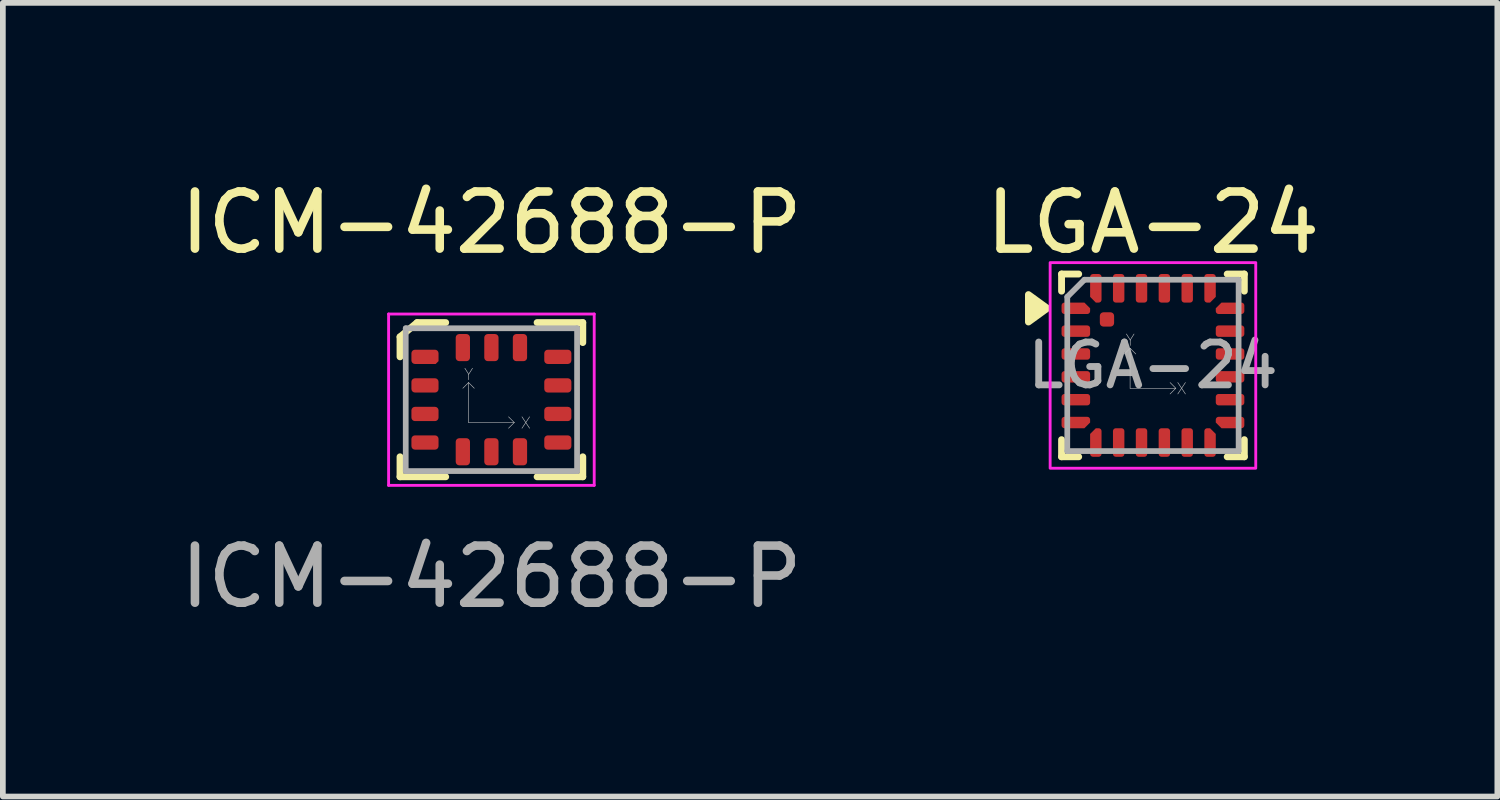
<source format=kicad_pcb>
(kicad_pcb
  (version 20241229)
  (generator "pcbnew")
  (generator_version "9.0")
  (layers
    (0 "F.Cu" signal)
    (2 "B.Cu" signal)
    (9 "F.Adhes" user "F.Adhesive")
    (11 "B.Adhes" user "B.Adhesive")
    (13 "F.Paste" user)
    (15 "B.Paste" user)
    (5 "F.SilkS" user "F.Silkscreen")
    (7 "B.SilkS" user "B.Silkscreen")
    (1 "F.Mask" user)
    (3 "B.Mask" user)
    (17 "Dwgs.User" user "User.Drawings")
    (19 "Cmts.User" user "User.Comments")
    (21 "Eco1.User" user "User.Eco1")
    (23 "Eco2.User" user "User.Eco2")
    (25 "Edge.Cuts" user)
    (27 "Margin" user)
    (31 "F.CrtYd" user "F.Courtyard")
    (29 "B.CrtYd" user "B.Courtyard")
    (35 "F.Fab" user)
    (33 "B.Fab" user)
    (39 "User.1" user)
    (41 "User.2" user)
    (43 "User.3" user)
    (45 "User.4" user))
  (footprint "LGA-24"
    (layer "F.Cu")
    (at 17.137 3.348)
    (property "Reference" "LGA-24" (at 0 -2.5 0) (unlocked yes) (layer "F.SilkS") (effects (font (size 1 1) (thickness 0.15))))
    (attr smd)
    (fp_line (start -1.6 -1.6) (end -1.3 -1.6) (stroke (width 0.12) (type default)) (layer "F.SilkS"))
    (fp_line (start -1.6 -1.3) (end -1.6 -1.6) (stroke (width 0.12) (type default)) (layer "F.SilkS"))
    (fp_line (start -1.6 1.6) (end -1.6 1.3) (stroke (width 0.12) (type default)) (layer "F.SilkS"))
    (fp_line (start -1.3 1.6) (end -1.6 1.6) (stroke (width 0.12) (type default)) (layer "F.SilkS"))
    (fp_line (start 1.3 -1.6) (end 1.6 -1.6) (stroke (width 0.12) (type default)) (layer "F.SilkS"))
    (fp_line (start 1.6 -1.6) (end 1.6 -1.3) (stroke (width 0.12) (type default)) (layer "F.SilkS"))
    (fp_line (start 1.6 1.3) (end 1.6 1.6) (stroke (width 0.12) (type default)) (layer "F.SilkS"))
    (fp_line (start 1.6 1.6) (end 1.3 1.6) (stroke (width 0.12) (type default)) (layer "F.SilkS"))
    (fp_poly (pts (xy -1.85 -1) (xy -2.18 -0.76) (xy -2.18 -1.24) (xy -1.85 -1)) (stroke (width 0.12) (type solid)) (fill yes) (layer "F.SilkS"))
    (fp_line (start -0.4 -0.3) (end -0.5 -0.2) (stroke (width 0.01) (type solid)) (layer "Dwgs.User"))
    (fp_line (start -0.4 -0.3) (end -0.4 0.4) (stroke (width 0.01) (type solid)) (layer "Dwgs.User"))
    (fp_line (start -0.4 -0.3) (end -0.3 -0.2) (stroke (width 0.01) (type solid)) (layer "Dwgs.User"))
    (fp_line (start -0.4 0.4) (end 0.4 0.4) (stroke (width 0.01) (type solid)) (layer "Dwgs.User"))
    (fp_line (start 0.4 0.4) (end 0.3 0.3) (stroke (width 0.01) (type solid)) (layer "Dwgs.User"))
    (fp_line (start 0.4 0.4) (end 0.3 0.5) (stroke (width 0.01) (type solid)) (layer "Dwgs.User"))
    (fp_rect (start -1.8 -1.8) (end 1.8 1.8) (stroke (width 0.05) (type default)) (fill no) (layer "F.CrtYd"))
    (fp_line (start -1.5 -1.2) (end -1.5 1.5) (stroke (width 0.1) (type default)) (layer "F.Fab"))
    (fp_line (start -1.5 -1.2) (end -1.2 -1.5) (stroke (width 0.1) (type default)) (layer "F.Fab"))
    (fp_line (start -1.5 1.5) (end 1.5 1.5) (stroke (width 0.1) (type default)) (layer "F.Fab"))
    (fp_line (start 1.5 -1.5) (end -1.2 -1.5) (stroke (width 0.1) (type default)) (layer "F.Fab"))
    (fp_line (start 1.5 1.5) (end 1.5 -1.5) (stroke (width 0.1) (type default)) (layer "F.Fab"))
    (fp_text user "X" (at 0.4 0.525 0) (unlocked yes) (layer "Dwgs.User") (effects (font (size 0.2 0.2) (thickness 0.01)) (justify left bottom)))
    (fp_text user "Y" (at -0.49 -0.325 0) (unlocked yes) (layer "Dwgs.User") (effects (font (size 0.2 0.2) (thickness 0.01)) (justify left bottom)))
    (fp_text user "${REFERENCE}" (at 0 0 0) (unlocked yes) (layer "F.Fab") (effects (font (size 0.75 0.75) (thickness 0.12))))
    (pad "" smd roundrect (at -0.805 -0.805 90) (size 0.25 0.25) (layers "F.Cu" "F.Mask" "F.Paste") (roundrect_rratio 0.25))
    (pad "1" smd roundrect (at -1.35 -1 90) (size 0.2 0.5) (layers "F.Cu" "F.Mask" "F.Paste") (roundrect_rratio 0.25) (chamfer_ratio 0.5) (chamfer bottom_right))
    (pad "2" smd roundrect (at -1.35 -0.6 90) (size 0.2 0.5) (layers "F.Cu" "F.Mask" "F.Paste") (roundrect_rratio 0.25))
    (pad "3" smd roundrect (at -1.35 -0.2 90) (size 0.2 0.5) (layers "F.Cu" "F.Mask" "F.Paste") (roundrect_rratio 0.25))
    (pad "4" smd roundrect (at -1.35 0.2 90) (size 0.2 0.5) (layers "F.Cu" "F.Mask" "F.Paste") (roundrect_rratio 0.25))
    (pad "5" smd roundrect (at -1.35 0.6 90) (size 0.2 0.5) (layers "F.Cu" "F.Mask" "F.Paste") (roundrect_rratio 0.25))
    (pad "6" smd roundrect (at -1.35 1 90) (size 0.2 0.5) (layers "F.Cu" "F.Mask" "F.Paste") (roundrect_rratio 0.25) (chamfer_ratio 0.5) (chamfer bottom_left))
    (pad "7" smd roundrect (at -1 1.35 180) (size 0.2 0.5) (layers "F.Cu" "F.Mask" "F.Paste") (roundrect_rratio 0.25) (chamfer_ratio 0.5) (chamfer bottom_right))
    (pad "8" smd roundrect (at -0.6 1.35 180) (size 0.2 0.5) (layers "F.Cu" "F.Mask" "F.Paste") (roundrect_rratio 0.25))
    (pad "9" smd roundrect (at -0.2 1.35 180) (size 0.2 0.5) (layers "F.Cu" "F.Mask" "F.Paste") (roundrect_rratio 0.25))
    (pad "10" smd roundrect (at 0.2 1.35 180) (size 0.2 0.5) (layers "F.Cu" "F.Mask" "F.Paste") (roundrect_rratio 0.25))
    (pad "11" smd roundrect (at 0.6 1.35 180) (size 0.2 0.5) (layers "F.Cu" "F.Mask" "F.Paste") (roundrect_rratio 0.25))
    (pad "12" smd roundrect (at 1 1.35 180) (size 0.2 0.5) (layers "F.Cu" "F.Mask" "F.Paste") (roundrect_rratio 0.25) (chamfer_ratio 0.5) (chamfer bottom_left))
    (pad "13" smd roundrect (at 1.35 1 270) (size 0.2 0.5) (layers "F.Cu" "F.Mask" "F.Paste") (roundrect_rratio 0.25) (chamfer_ratio 0.5) (chamfer bottom_right))
    (pad "14" smd roundrect (at 1.35 0.6 270) (size 0.2 0.5) (layers "F.Cu" "F.Mask" "F.Paste") (roundrect_rratio 0.25))
    (pad "15" smd roundrect (at 1.35 0.2 270) (size 0.2 0.5) (layers "F.Cu" "F.Mask" "F.Paste") (roundrect_rratio 0.25))
    (pad "16" smd roundrect (at 1.35 -0.2 270) (size 0.2 0.5) (layers "F.Cu" "F.Mask" "F.Paste") (roundrect_rratio 0.25))
    (pad "17" smd roundrect (at 1.35 -0.6 270) (size 0.2 0.5) (layers "F.Cu" "F.Mask" "F.Paste") (roundrect_rratio 0.25))
    (pad "18" smd roundrect (at 1.35 -1 270) (size 0.2 0.5) (layers "F.Cu" "F.Mask" "F.Paste") (roundrect_rratio 0.25) (chamfer_ratio 0.5) (chamfer bottom_left))
    (pad "19" smd roundrect (at 1 -1.35 180) (size 0.2 0.5) (layers "F.Cu" "F.Mask" "F.Paste") (roundrect_rratio 0.25) (chamfer_ratio 0.5) (chamfer top_left))
    (pad "20" smd roundrect (at 0.6 -1.35 180) (size 0.2 0.5) (layers "F.Cu" "F.Mask" "F.Paste") (roundrect_rratio 0.25))
    (pad "21" smd roundrect (at 0.2 -1.35 180) (size 0.2 0.5) (layers "F.Cu" "F.Mask" "F.Paste") (roundrect_rratio 0.25))
    (pad "22" smd roundrect (at -0.2 -1.35 180) (size 0.2 0.5) (layers "F.Cu" "F.Mask" "F.Paste") (roundrect_rratio 0.25))
    (pad "23" smd roundrect (at -0.6 -1.35 180) (size 0.2 0.5) (layers "F.Cu" "F.Mask" "F.Paste") (roundrect_rratio 0.25))
    (pad "24" smd roundrect (at -1 -1.35 180) (size 0.2 0.5) (layers "F.Cu" "F.Mask" "F.Paste") (roundrect_rratio 0.25) (chamfer_ratio 0.5) (chamfer top_right)))
  (footprint "ICM-42688-P"
    (layer "F.Cu")
    (at 5.554 3.948)
    (property "Reference" "ICM-42688-P" (at 0 -3.1 0) (layer "F.SilkS") (effects (font (size 1 1) (thickness 0.15))))
    (attr smd)
    (fp_line (start -1.6 -0.75) (end -1.6 -1.1) (stroke (width 0.12) (type solid)) (layer "F.SilkS"))
    (fp_line (start -1.6 1) (end -1.6 1.35) (stroke (width 0.12) (type solid)) (layer "F.SilkS"))
    (fp_line (start -1.6 1.35) (end -0.8 1.35) (stroke (width 0.12) (type solid)) (layer "F.SilkS"))
    (fp_line (start -1.3 -1.35) (end -1.6 -1.1) (stroke (width 0.12) (type solid)) (layer "F.SilkS"))
    (fp_line (start -1.3 -1.35) (end -0.8 -1.35) (stroke (width 0.12) (type solid)) (layer "F.SilkS"))
    (fp_line (start 0.8 -1.35) (end 1.6 -1.35) (stroke (width 0.12) (type solid)) (layer "F.SilkS"))
    (fp_line (start 0.8 1.35) (end 1.6 1.35) (stroke (width 0.12) (type solid)) (layer "F.SilkS"))
    (fp_line (start 1.6 -1.35) (end 1.6 -1) (stroke (width 0.12) (type solid)) (layer "F.SilkS"))
    (fp_line (start 1.6 1.35) (end 1.6 1) (stroke (width 0.12) (type solid)) (layer "F.SilkS"))
    (fp_line (start -0.4 -0.3) (end -0.5 -0.2) (stroke (width 0.01) (type solid)) (layer "Dwgs.User"))
    (fp_line (start -0.4 -0.3) (end -0.4 0.4) (stroke (width 0.01) (type solid)) (layer "Dwgs.User"))
    (fp_line (start -0.4 -0.3) (end -0.3 -0.2) (stroke (width 0.01) (type solid)) (layer "Dwgs.User"))
    (fp_line (start -0.4 0.4) (end 0.4 0.4) (stroke (width 0.01) (type solid)) (layer "Dwgs.User"))
    (fp_line (start 0.4 0.4) (end 0.3 0.3) (stroke (width 0.01) (type solid)) (layer "Dwgs.User"))
    (fp_line (start 0.4 0.4) (end 0.3 0.5) (stroke (width 0.01) (type solid)) (layer "Dwgs.User"))
    (fp_line (start -1.8 -1.5) (end 1.8 -1.5) (stroke (width 0.05) (type solid)) (layer "F.CrtYd"))
    (fp_line (start -1.8 1.5) (end -1.8 -1.5) (stroke (width 0.05) (type solid)) (layer "F.CrtYd"))
    (fp_line (start 1.8 -1.5) (end 1.8 1.5) (stroke (width 0.05) (type solid)) (layer "F.CrtYd"))
    (fp_line (start 1.8 1.5) (end -1.8 1.5) (stroke (width 0.05) (type solid)) (layer "F.CrtYd"))
    (fp_line (start -1.5 -1.25) (end 1.5 -1.25) (stroke (width 0.1) (type solid)) (layer "F.Fab"))
    (fp_line (start -1.5 1.25) (end -1.5 -1.25) (stroke (width 0.1) (type solid)) (layer "F.Fab"))
    (fp_line (start 1.5 -1.25) (end 1.5 1.25) (stroke (width 0.1) (type solid)) (layer "F.Fab"))
    (fp_line (start 1.5 1.25) (end -1.5 1.25) (stroke (width 0.1) (type solid)) (layer "F.Fab"))
    (fp_text user "X" (at 0.5 0.525 0) (unlocked yes) (layer "Dwgs.User") (effects (font (size 0.2 0.2) (thickness 0.01)) (justify left bottom)))
    (fp_text user "Y" (at -0.49 -0.325 0) (unlocked yes) (layer "Dwgs.User") (effects (font (size 0.2 0.2) (thickness 0.01)) (justify left bottom)))
    (fp_text user "${REFERENCE}" (at 0 3.1 0) (layer "F.Fab") (effects (font (size 1 1) (thickness 0.15))))
    (pad "1" smd roundrect (at -1.163 -0.75 90) (size 0.25 0.475) (layers "F.Cu" "F.Mask" "F.Paste") (roundrect_rratio 0.25) (chamfer_ratio 0.2) (chamfer bottom_left))
    (pad "2" smd roundrect (at -1.163 -0.25 90) (size 0.25 0.475) (layers "F.Cu" "F.Mask" "F.Paste") (roundrect_rratio 0.25))
    (pad "3" smd roundrect (at -1.163 0.25 90) (size 0.25 0.475) (layers "F.Cu" "F.Mask" "F.Paste") (roundrect_rratio 0.25))
    (pad "4" smd roundrect (at -1.163 0.75 90) (size 0.25 0.475) (layers "F.Cu" "F.Mask" "F.Paste") (roundrect_rratio 0.25))
    (pad "5" smd roundrect (at -0.5 0.912) (size 0.25 0.475) (layers "F.Cu" "F.Mask" "F.Paste") (roundrect_rratio 0.25))
    (pad "6" smd roundrect (at 0 0.912) (size 0.25 0.475) (layers "F.Cu" "F.Mask" "F.Paste") (roundrect_rratio 0.25))
    (pad "7" smd roundrect (at 0.5 0.912) (size 0.25 0.475) (layers "F.Cu" "F.Mask" "F.Paste") (roundrect_rratio 0.25))
    (pad "8" smd roundrect (at 1.163 0.75 90) (size 0.25 0.475) (layers "F.Cu" "F.Mask" "F.Paste") (roundrect_rratio 0.25))
    (pad "9" smd roundrect (at 1.163 0.25 90) (size 0.25 0.475) (layers "F.Cu" "F.Mask" "F.Paste") (roundrect_rratio 0.25))
    (pad "10" smd roundrect (at 1.163 -0.25 90) (size 0.25 0.475) (layers "F.Cu" "F.Mask" "F.Paste") (roundrect_rratio 0.25))
    (pad "11" smd roundrect (at 1.163 -0.75 90) (size 0.25 0.475) (layers "F.Cu" "F.Mask" "F.Paste") (roundrect_rratio 0.25))
    (pad "12" smd roundrect (at 0.5 -0.912) (size 0.25 0.475) (layers "F.Cu" "F.Mask" "F.Paste") (roundrect_rratio 0.25))
    (pad "13" smd roundrect (at 0 -0.912) (size 0.25 0.475) (layers "F.Cu" "F.Mask" "F.Paste") (roundrect_rratio 0.25))
    (pad "14" smd roundrect (at -0.5 -0.912) (size 0.25 0.475) (layers "F.Cu" "F.Mask" "F.Paste") (roundrect_rratio 0.25)))
  (gr_rect
    (start -3 -3)
    (end 23.167 10.896)
    (stroke (width 0.1) (type default))
    (fill no)
    (layer "Edge.Cuts")))
</source>
